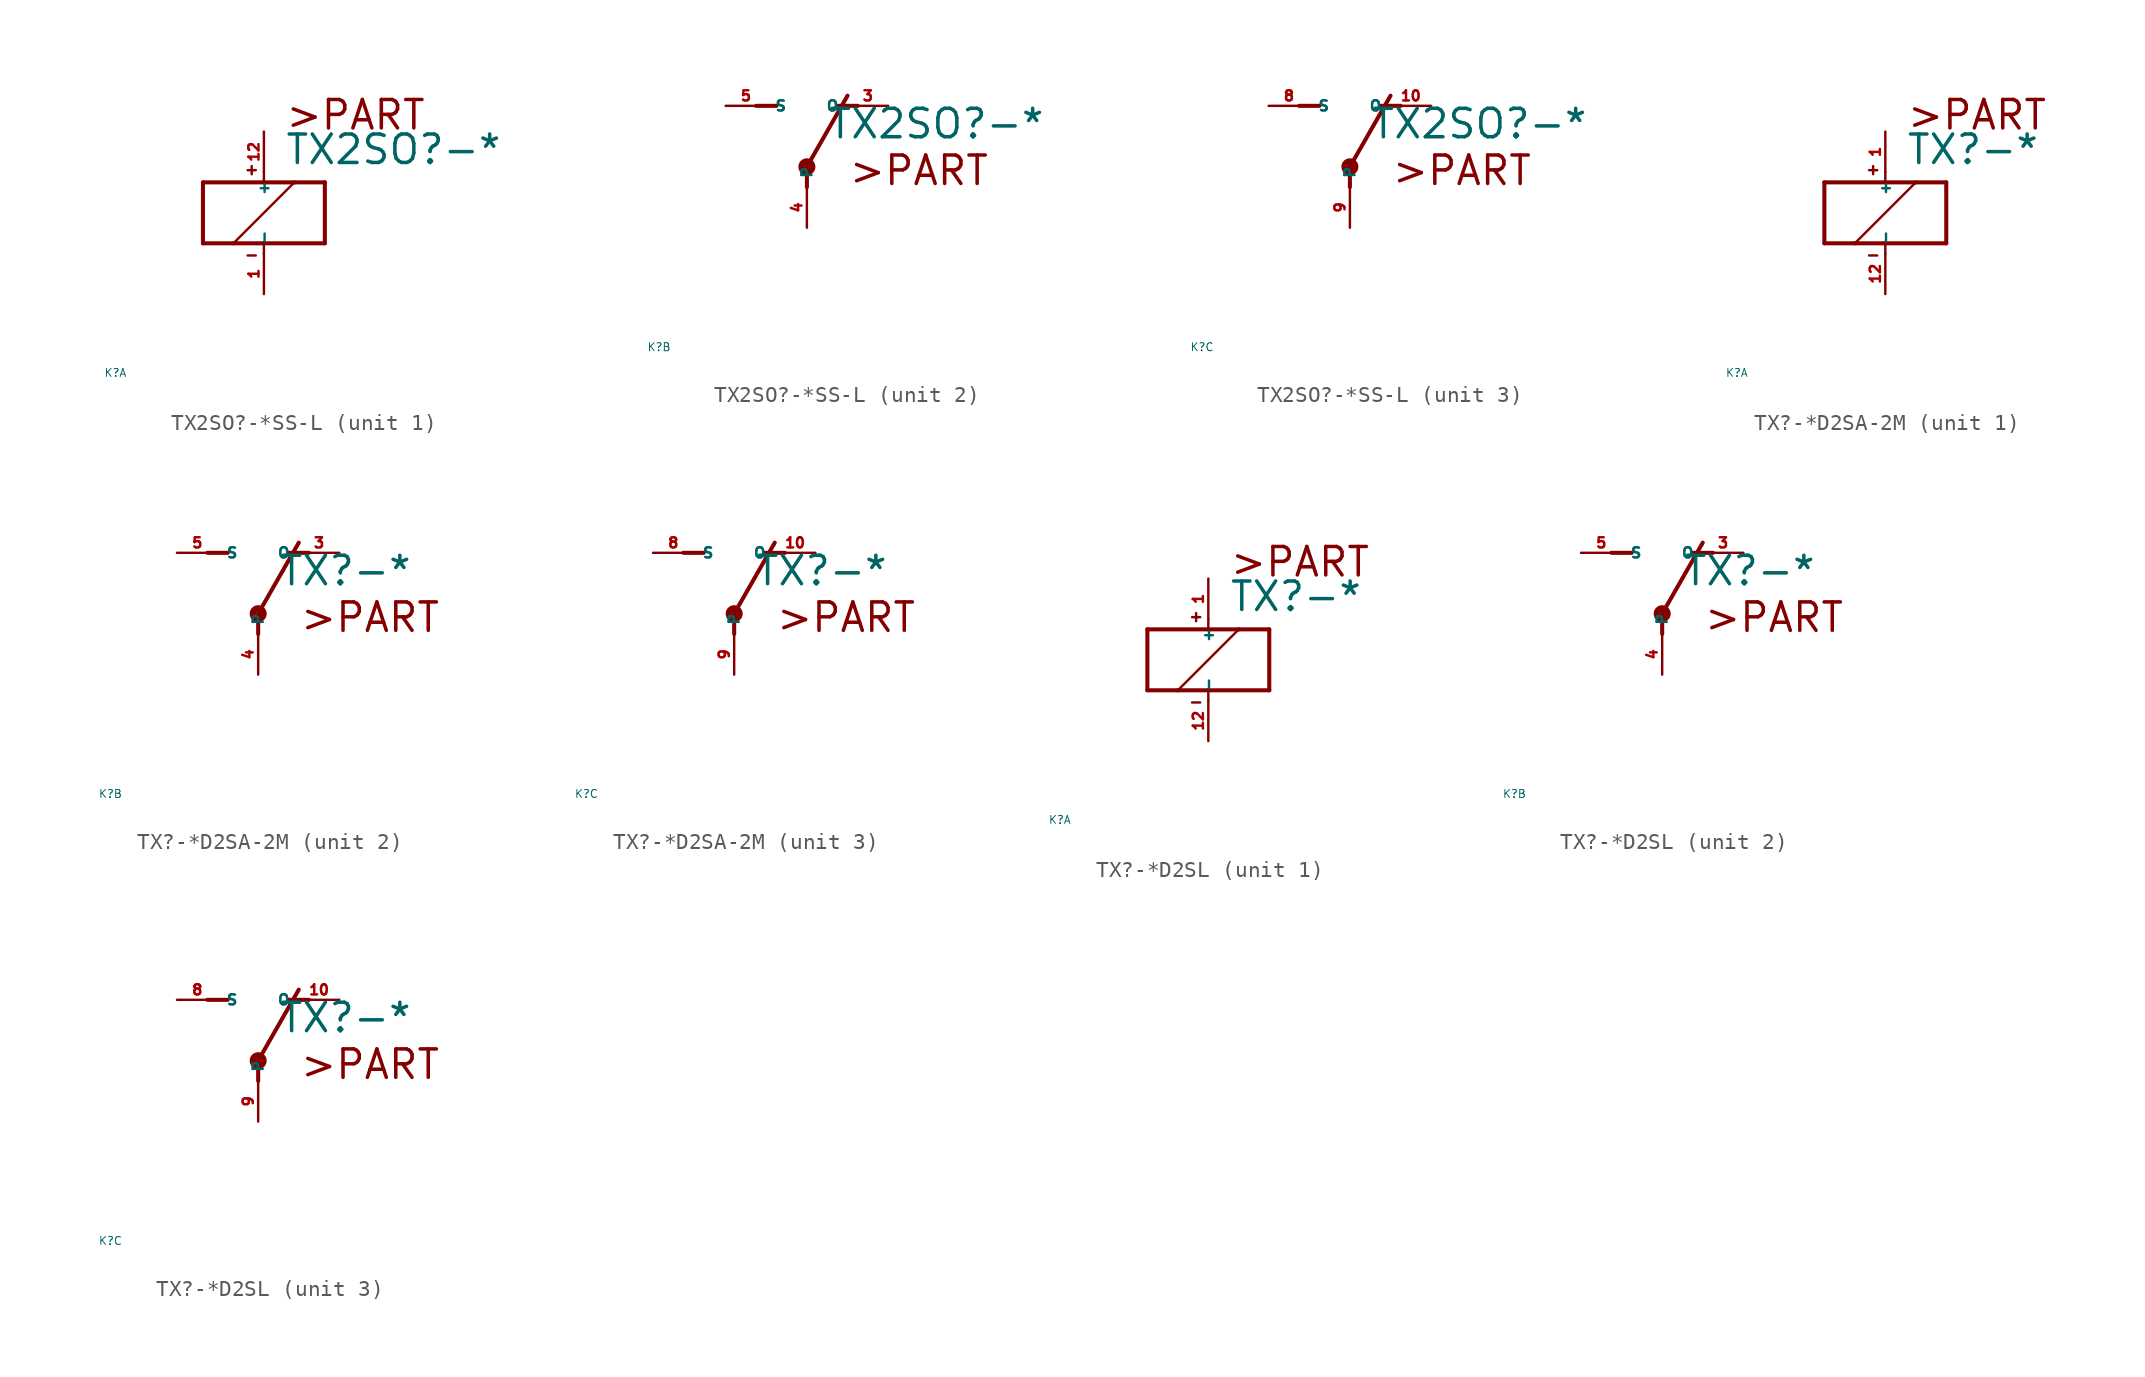
<source format=kicad_sym>
(kicad_symbol_lib
  (version 20220914)
  (generator Eagle2Kicad)
  (symbol "TX2SO?-*SS-L"
    (property "Reference" "K"
      (at -10 -10 0)
      (effects (font (size 0.5 0.5) (thickness 0.06)) (justify left)))
    (property "Value" "TX2SO?-*"
      (at 1.27 2.921 0)
      (effects (font (size 1.778 1.778) (thickness 0.22)) (justify left bottom)))
    (symbol "TX2SO?-*SS-L_1_0"
      (polyline (pts (xy -3.81 -1.905) (xy -1.905 -1.905)) (stroke (width 0.254) (type default)) (fill (type none)))
      (polyline (pts (xy 3.81 -1.905) (xy 3.81 1.905)) (stroke (width 0.254) (type default)) (fill (type none)))
      (polyline (pts (xy 3.81 1.905) (xy 1.905 1.905)) (stroke (width 0.254) (type default)) (fill (type none)))
      (polyline (pts (xy -3.81 1.905) (xy -3.81 -1.905)) (stroke (width 0.254) (type default)) (fill (type none)))
      (polyline (pts (xy 0 -2.54) (xy 0 -1.905)) (stroke (width 0.152) (type default)) (fill (type none)))
      (polyline (pts (xy 0 -1.905) (xy 3.81 -1.905)) (stroke (width 0.254) (type default)) (fill (type none)))
      (polyline (pts (xy 0 2.54) (xy 0 1.905)) (stroke (width 0.152) (type default)) (fill (type none)))
      (polyline (pts (xy 0 1.905) (xy -3.81 1.905)) (stroke (width 0.254) (type default)) (fill (type none)))
      (polyline (pts (xy -1.905 -1.905) (xy 1.905 1.905)) (stroke (width 0.152) (type default)) (fill (type none)))
      (polyline (pts (xy -1.905 -1.905) (xy 0 -1.905)) (stroke (width 0.254) (type default)) (fill (type none)))
      (polyline (pts (xy 1.905 1.905) (xy 0 1.905)) (stroke (width 0.254) (type default)) (fill (type none)))
      (polyline (pts (xy -1.016 2.667) (xy -0.508 2.667)) (stroke (width 0.152) (type default)) (fill (type none)))
      (polyline (pts (xy -0.762 2.921) (xy -0.762 2.413)) (stroke (width 0.152) (type default)) (fill (type none)))
      (polyline (pts (xy -1.016 -2.667) (xy -0.508 -2.667)) (stroke (width 0.152) (type default)) (fill (type none)))
      (text ">PART" (at 1.27 5.08 0) (effects (font (size 1.778 1.778) (thickness 0.22)) (justify left bottom)))
      (pin passive line (at 0 -5.08 90) (length 2.54) (name "-" (effects (font (size 0.635 0.635) (thickness 0.08)) (justify left bottom))) (number "1" (effects (font (size 0.635 0.635) (thickness 0.08)) (justify left bottom))))
      (pin passive line (at 0 5.08 270) (length 2.54) (name "+" (effects (font (size 0.635 0.635) (thickness 0.08)) (justify left bottom))) (number "12" (effects (font (size 0.635 0.635) (thickness 0.08)) (justify left bottom)))))
    (symbol "TX2SO?-*SS-L_2_0"
      (polyline (pts (xy 3.175 5.08) (xy 1.905 5.08)) (stroke (width 0.254) (type default)) (fill (type none)))
      (polyline (pts (xy -3.175 5.08) (xy -1.905 5.08)) (stroke (width 0.254) (type default)) (fill (type none)))
      (polyline (pts (xy 0 1.27) (xy 2.54 5.715)) (stroke (width 0.254) (type default)) (fill (type none)))
      (polyline (pts (xy 0 1.27) (xy 0 0)) (stroke (width 0.254) (type default)) (fill (type none)))
      (text ">PART" (at 2.54 0 0) (effects (font (size 1.778 1.778) (thickness 0.22)) (justify left bottom)))
      (circle (center 0 1.27) (radius 0.127) (stroke (width 0.406) (type default)) (fill (type none)))
      (pin passive line (at 5.08 5.08 180) (length 2.54) (name "O" (effects (font (size 0.635 0.635) (thickness 0.08)) (justify left bottom))) (number "3" (effects (font (size 0.635 0.635) (thickness 0.08)) (justify left bottom))))
      (pin passive line (at -5.08 5.08 0) (length 2.54) (name "S" (effects (font (size 0.635 0.635) (thickness 0.08)) (justify left bottom))) (number "5" (effects (font (size 0.635 0.635) (thickness 0.08)) (justify left bottom))))
      (pin passive line (at 0 -2.54 90) (length 2.54) (name "P" (effects (font (size 0.635 0.635) (thickness 0.08)) (justify left bottom))) (number "4" (effects (font (size 0.635 0.635) (thickness 0.08)) (justify left bottom)))))
    (symbol "TX2SO?-*SS-L_3_0"
      (polyline (pts (xy 3.175 5.08) (xy 1.905 5.08)) (stroke (width 0.254) (type default)) (fill (type none)))
      (polyline (pts (xy -3.175 5.08) (xy -1.905 5.08)) (stroke (width 0.254) (type default)) (fill (type none)))
      (polyline (pts (xy 0 1.27) (xy 2.54 5.715)) (stroke (width 0.254) (type default)) (fill (type none)))
      (polyline (pts (xy 0 1.27) (xy 0 0)) (stroke (width 0.254) (type default)) (fill (type none)))
      (text ">PART" (at 2.54 0 0) (effects (font (size 1.778 1.778) (thickness 0.22)) (justify left bottom)))
      (circle (center 0 1.27) (radius 0.127) (stroke (width 0.406) (type default)) (fill (type none)))
      (pin passive line (at 5.08 5.08 180) (length 2.54) (name "O" (effects (font (size 0.635 0.635) (thickness 0.08)) (justify left bottom))) (number "10" (effects (font (size 0.635 0.635) (thickness 0.08)) (justify left bottom))))
      (pin passive line (at -5.08 5.08 0) (length 2.54) (name "S" (effects (font (size 0.635 0.635) (thickness 0.08)) (justify left bottom))) (number "8" (effects (font (size 0.635 0.635) (thickness 0.08)) (justify left bottom))))
      (pin passive line (at 0 -2.54 90) (length 2.54) (name "P" (effects (font (size 0.635 0.635) (thickness 0.08)) (justify left bottom))) (number "9" (effects (font (size 0.635 0.635) (thickness 0.08)) (justify left bottom))))))
  (symbol "TX?-*D2SA-2M"
    (property "Reference" "K"
      (at -10 -10 0)
      (effects (font (size 0.5 0.5) (thickness 0.06)) (justify left)))
    (property "Value" "TX?-*"
      (at 1.27 2.921 0)
      (effects (font (size 1.778 1.778) (thickness 0.22)) (justify left bottom)))
    (symbol "TX?-*D2SA-2M_1_0"
      (polyline (pts (xy -3.81 -1.905) (xy -1.905 -1.905)) (stroke (width 0.254) (type default)) (fill (type none)))
      (polyline (pts (xy 3.81 -1.905) (xy 3.81 1.905)) (stroke (width 0.254) (type default)) (fill (type none)))
      (polyline (pts (xy 3.81 1.905) (xy 1.905 1.905)) (stroke (width 0.254) (type default)) (fill (type none)))
      (polyline (pts (xy -3.81 1.905) (xy -3.81 -1.905)) (stroke (width 0.254) (type default)) (fill (type none)))
      (polyline (pts (xy 0 -2.54) (xy 0 -1.905)) (stroke (width 0.152) (type default)) (fill (type none)))
      (polyline (pts (xy 0 -1.905) (xy 3.81 -1.905)) (stroke (width 0.254) (type default)) (fill (type none)))
      (polyline (pts (xy 0 2.54) (xy 0 1.905)) (stroke (width 0.152) (type default)) (fill (type none)))
      (polyline (pts (xy 0 1.905) (xy -3.81 1.905)) (stroke (width 0.254) (type default)) (fill (type none)))
      (polyline (pts (xy -1.905 -1.905) (xy 1.905 1.905)) (stroke (width 0.152) (type default)) (fill (type none)))
      (polyline (pts (xy -1.905 -1.905) (xy 0 -1.905)) (stroke (width 0.254) (type default)) (fill (type none)))
      (polyline (pts (xy 1.905 1.905) (xy 0 1.905)) (stroke (width 0.254) (type default)) (fill (type none)))
      (polyline (pts (xy -1.016 2.667) (xy -0.508 2.667)) (stroke (width 0.152) (type default)) (fill (type none)))
      (polyline (pts (xy -0.762 2.921) (xy -0.762 2.413)) (stroke (width 0.152) (type default)) (fill (type none)))
      (polyline (pts (xy -1.016 -2.667) (xy -0.508 -2.667)) (stroke (width 0.152) (type default)) (fill (type none)))
      (text ">PART" (at 1.27 5.08 0) (effects (font (size 1.778 1.778) (thickness 0.22)) (justify left bottom)))
      (pin passive line (at 0 -5.08 90) (length 2.54) (name "-" (effects (font (size 0.635 0.635) (thickness 0.08)) (justify left bottom))) (number "12" (effects (font (size 0.635 0.635) (thickness 0.08)) (justify left bottom))))
      (pin passive line (at 0 5.08 270) (length 2.54) (name "+" (effects (font (size 0.635 0.635) (thickness 0.08)) (justify left bottom))) (number "1" (effects (font (size 0.635 0.635) (thickness 0.08)) (justify left bottom)))))
    (symbol "TX?-*D2SA-2M_2_0"
      (polyline (pts (xy 3.175 5.08) (xy 1.905 5.08)) (stroke (width 0.254) (type default)) (fill (type none)))
      (polyline (pts (xy -3.175 5.08) (xy -1.905 5.08)) (stroke (width 0.254) (type default)) (fill (type none)))
      (polyline (pts (xy 0 1.27) (xy 2.54 5.715)) (stroke (width 0.254) (type default)) (fill (type none)))
      (polyline (pts (xy 0 1.27) (xy 0 0)) (stroke (width 0.254) (type default)) (fill (type none)))
      (text ">PART" (at 2.54 0 0) (effects (font (size 1.778 1.778) (thickness 0.22)) (justify left bottom)))
      (circle (center 0 1.27) (radius 0.127) (stroke (width 0.406) (type default)) (fill (type none)))
      (pin passive line (at 5.08 5.08 180) (length 2.54) (name "O" (effects (font (size 0.635 0.635) (thickness 0.08)) (justify left bottom))) (number "3" (effects (font (size 0.635 0.635) (thickness 0.08)) (justify left bottom))))
      (pin passive line (at -5.08 5.08 0) (length 2.54) (name "S" (effects (font (size 0.635 0.635) (thickness 0.08)) (justify left bottom))) (number "5" (effects (font (size 0.635 0.635) (thickness 0.08)) (justify left bottom))))
      (pin passive line (at 0 -2.54 90) (length 2.54) (name "P" (effects (font (size 0.635 0.635) (thickness 0.08)) (justify left bottom))) (number "4" (effects (font (size 0.635 0.635) (thickness 0.08)) (justify left bottom)))))
    (symbol "TX?-*D2SA-2M_3_0"
      (polyline (pts (xy 3.175 5.08) (xy 1.905 5.08)) (stroke (width 0.254) (type default)) (fill (type none)))
      (polyline (pts (xy -3.175 5.08) (xy -1.905 5.08)) (stroke (width 0.254) (type default)) (fill (type none)))
      (polyline (pts (xy 0 1.27) (xy 2.54 5.715)) (stroke (width 0.254) (type default)) (fill (type none)))
      (polyline (pts (xy 0 1.27) (xy 0 0)) (stroke (width 0.254) (type default)) (fill (type none)))
      (text ">PART" (at 2.54 0 0) (effects (font (size 1.778 1.778) (thickness 0.22)) (justify left bottom)))
      (circle (center 0 1.27) (radius 0.127) (stroke (width 0.406) (type default)) (fill (type none)))
      (pin passive line (at 5.08 5.08 180) (length 2.54) (name "O" (effects (font (size 0.635 0.635) (thickness 0.08)) (justify left bottom))) (number "10" (effects (font (size 0.635 0.635) (thickness 0.08)) (justify left bottom))))
      (pin passive line (at -5.08 5.08 0) (length 2.54) (name "S" (effects (font (size 0.635 0.635) (thickness 0.08)) (justify left bottom))) (number "8" (effects (font (size 0.635 0.635) (thickness 0.08)) (justify left bottom))))
      (pin passive line (at 0 -2.54 90) (length 2.54) (name "P" (effects (font (size 0.635 0.635) (thickness 0.08)) (justify left bottom))) (number "9" (effects (font (size 0.635 0.635) (thickness 0.08)) (justify left bottom))))))
  (symbol "TX?-*D2SL"
    (property "Reference" "K"
      (at -10 -10 0)
      (effects (font (size 0.5 0.5) (thickness 0.06)) (justify left)))
    (property "Value" "TX?-*"
      (at 1.27 2.921 0)
      (effects (font (size 1.778 1.778) (thickness 0.22)) (justify left bottom)))
    (symbol "TX?-*D2SL_1_0"
      (polyline (pts (xy -3.81 -1.905) (xy -1.905 -1.905)) (stroke (width 0.254) (type default)) (fill (type none)))
      (polyline (pts (xy 3.81 -1.905) (xy 3.81 1.905)) (stroke (width 0.254) (type default)) (fill (type none)))
      (polyline (pts (xy 3.81 1.905) (xy 1.905 1.905)) (stroke (width 0.254) (type default)) (fill (type none)))
      (polyline (pts (xy -3.81 1.905) (xy -3.81 -1.905)) (stroke (width 0.254) (type default)) (fill (type none)))
      (polyline (pts (xy 0 -2.54) (xy 0 -1.905)) (stroke (width 0.152) (type default)) (fill (type none)))
      (polyline (pts (xy 0 -1.905) (xy 3.81 -1.905)) (stroke (width 0.254) (type default)) (fill (type none)))
      (polyline (pts (xy 0 2.54) (xy 0 1.905)) (stroke (width 0.152) (type default)) (fill (type none)))
      (polyline (pts (xy 0 1.905) (xy -3.81 1.905)) (stroke (width 0.254) (type default)) (fill (type none)))
      (polyline (pts (xy -1.905 -1.905) (xy 1.905 1.905)) (stroke (width 0.152) (type default)) (fill (type none)))
      (polyline (pts (xy -1.905 -1.905) (xy 0 -1.905)) (stroke (width 0.254) (type default)) (fill (type none)))
      (polyline (pts (xy 1.905 1.905) (xy 0 1.905)) (stroke (width 0.254) (type default)) (fill (type none)))
      (polyline (pts (xy -1.016 2.667) (xy -0.508 2.667)) (stroke (width 0.152) (type default)) (fill (type none)))
      (polyline (pts (xy -0.762 2.921) (xy -0.762 2.413)) (stroke (width 0.152) (type default)) (fill (type none)))
      (polyline (pts (xy -1.016 -2.667) (xy -0.508 -2.667)) (stroke (width 0.152) (type default)) (fill (type none)))
      (text ">PART" (at 1.27 5.08 0) (effects (font (size 1.778 1.778) (thickness 0.22)) (justify left bottom)))
      (pin passive line (at 0 -5.08 90) (length 2.54) (name "-" (effects (font (size 0.635 0.635) (thickness 0.08)) (justify left bottom))) (number "12" (effects (font (size 0.635 0.635) (thickness 0.08)) (justify left bottom))))
      (pin passive line (at 0 5.08 270) (length 2.54) (name "+" (effects (font (size 0.635 0.635) (thickness 0.08)) (justify left bottom))) (number "1" (effects (font (size 0.635 0.635) (thickness 0.08)) (justify left bottom)))))
    (symbol "TX?-*D2SL_2_0"
      (polyline (pts (xy 3.175 5.08) (xy 1.905 5.08)) (stroke (width 0.254) (type default)) (fill (type none)))
      (polyline (pts (xy -3.175 5.08) (xy -1.905 5.08)) (stroke (width 0.254) (type default)) (fill (type none)))
      (polyline (pts (xy 0 1.27) (xy 2.54 5.715)) (stroke (width 0.254) (type default)) (fill (type none)))
      (polyline (pts (xy 0 1.27) (xy 0 0)) (stroke (width 0.254) (type default)) (fill (type none)))
      (text ">PART" (at 2.54 0 0) (effects (font (size 1.778 1.778) (thickness 0.22)) (justify left bottom)))
      (circle (center 0 1.27) (radius 0.127) (stroke (width 0.406) (type default)) (fill (type none)))
      (pin passive line (at 5.08 5.08 180) (length 2.54) (name "O" (effects (font (size 0.635 0.635) (thickness 0.08)) (justify left bottom))) (number "3" (effects (font (size 0.635 0.635) (thickness 0.08)) (justify left bottom))))
      (pin passive line (at -5.08 5.08 0) (length 2.54) (name "S" (effects (font (size 0.635 0.635) (thickness 0.08)) (justify left bottom))) (number "5" (effects (font (size 0.635 0.635) (thickness 0.08)) (justify left bottom))))
      (pin passive line (at 0 -2.54 90) (length 2.54) (name "P" (effects (font (size 0.635 0.635) (thickness 0.08)) (justify left bottom))) (number "4" (effects (font (size 0.635 0.635) (thickness 0.08)) (justify left bottom)))))
    (symbol "TX?-*D2SL_3_0"
      (polyline (pts (xy 3.175 5.08) (xy 1.905 5.08)) (stroke (width 0.254) (type default)) (fill (type none)))
      (polyline (pts (xy -3.175 5.08) (xy -1.905 5.08)) (stroke (width 0.254) (type default)) (fill (type none)))
      (polyline (pts (xy 0 1.27) (xy 2.54 5.715)) (stroke (width 0.254) (type default)) (fill (type none)))
      (polyline (pts (xy 0 1.27) (xy 0 0)) (stroke (width 0.254) (type default)) (fill (type none)))
      (text ">PART" (at 2.54 0 0) (effects (font (size 1.778 1.778) (thickness 0.22)) (justify left bottom)))
      (circle (center 0 1.27) (radius 0.127) (stroke (width 0.406) (type default)) (fill (type none)))
      (pin passive line (at 5.08 5.08 180) (length 2.54) (name "O" (effects (font (size 0.635 0.635) (thickness 0.08)) (justify left bottom))) (number "10" (effects (font (size 0.635 0.635) (thickness 0.08)) (justify left bottom))))
      (pin passive line (at -5.08 5.08 0) (length 2.54) (name "S" (effects (font (size 0.635 0.635) (thickness 0.08)) (justify left bottom))) (number "8" (effects (font (size 0.635 0.635) (thickness 0.08)) (justify left bottom))))
      (pin passive line (at 0 -2.54 90) (length 2.54) (name "P" (effects (font (size 0.635 0.635) (thickness 0.08)) (justify left bottom))) (number "9" (effects (font (size 0.635 0.635) (thickness 0.08)) (justify left bottom)))))))
</source>
